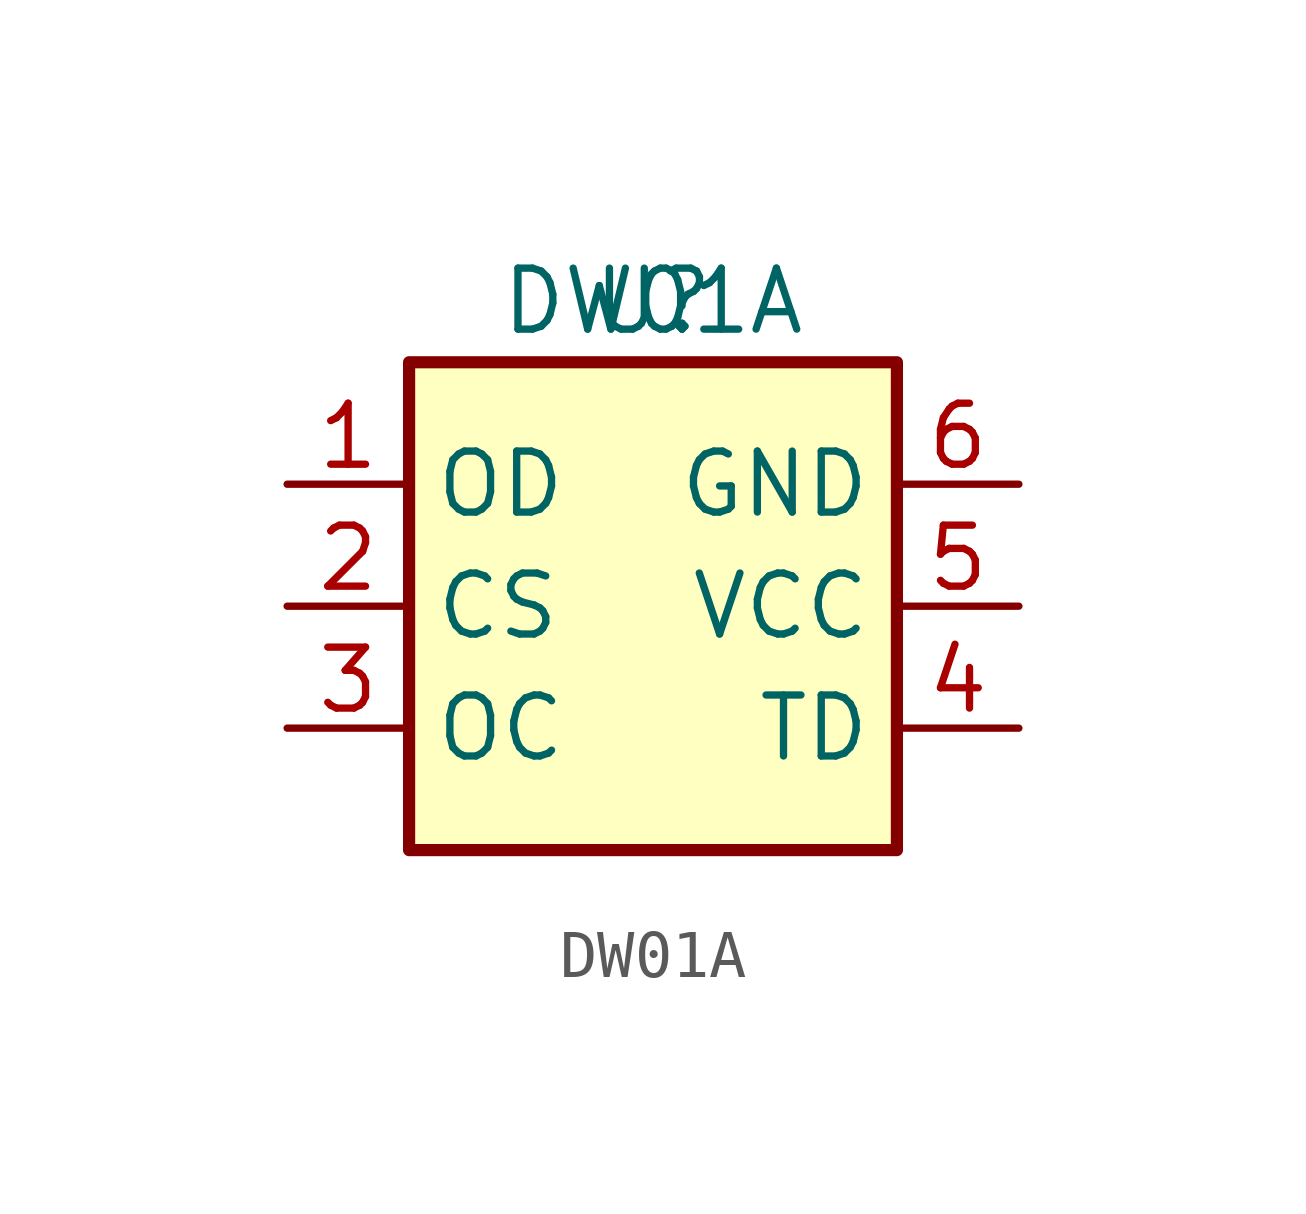
<source format=kicad_sym>
(kicad_symbol_lib
  (version 20231120)
  (generator "kicad_symbol_editor")
  (generator_version "8.0")
  (symbol "DW01A"
    (property "Reference" "U"
      (at 0 0 0)
      (effects (font (size 1.27 1.27))))
    (property "Value" "DW01A"
      (at 0 0 0)
      (effects (font (size 1.27 1.27))))
    (symbol "DW01A_1_1"
      (rectangle (start -5.08 -1.27) (end 5.08 -11.43) (stroke (width 0.254) (type default)) (fill (type background)))
      (pin input line (at -7.62 -3.81 0) (length 2.54) (name "OD" (effects (font (size 1.27 1.27)))) (number "1" (effects (font (size 1.27 1.27)))))
      (pin input line (at -7.62 -6.35 0) (length 2.54) (name "CS" (effects (font (size 1.27 1.27)))) (number "2" (effects (font (size 1.27 1.27)))))
      (pin input line (at -7.62 -8.89 0) (length 2.54) (name "OC" (effects (font (size 1.27 1.27)))) (number "3" (effects (font (size 1.27 1.27)))))
      (pin input line (at 7.62 -8.89 180) (length 2.54) (name "TD" (effects (font (size 1.27 1.27)))) (number "4" (effects (font (size 1.27 1.27)))))
      (pin power_in line (at 7.62 -6.35 180) (length 2.54) (name "VCC" (effects (font (size 1.27 1.27)))) (number "5" (effects (font (size 1.27 1.27)))))
      (pin power_in line (at 7.62 -3.81 180) (length 2.54) (name "GND" (effects (font (size 1.27 1.27)))) (number "6" (effects (font (size 1.27 1.27))))))))
</source>
